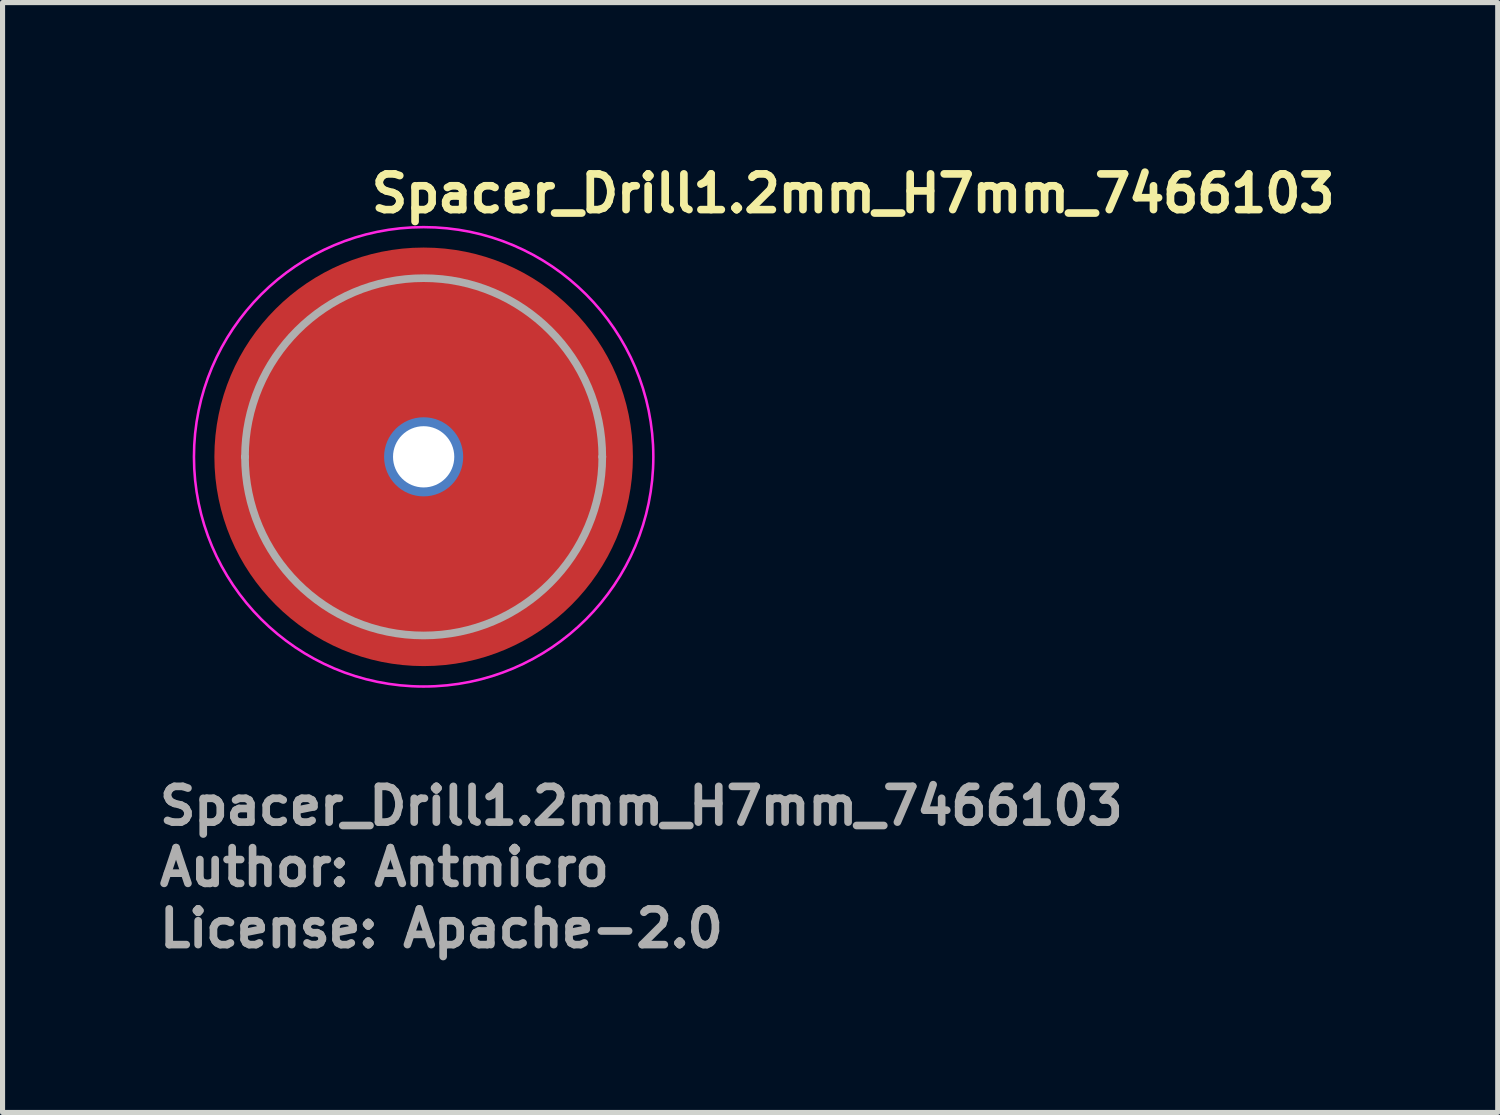
<source format=kicad_pcb>
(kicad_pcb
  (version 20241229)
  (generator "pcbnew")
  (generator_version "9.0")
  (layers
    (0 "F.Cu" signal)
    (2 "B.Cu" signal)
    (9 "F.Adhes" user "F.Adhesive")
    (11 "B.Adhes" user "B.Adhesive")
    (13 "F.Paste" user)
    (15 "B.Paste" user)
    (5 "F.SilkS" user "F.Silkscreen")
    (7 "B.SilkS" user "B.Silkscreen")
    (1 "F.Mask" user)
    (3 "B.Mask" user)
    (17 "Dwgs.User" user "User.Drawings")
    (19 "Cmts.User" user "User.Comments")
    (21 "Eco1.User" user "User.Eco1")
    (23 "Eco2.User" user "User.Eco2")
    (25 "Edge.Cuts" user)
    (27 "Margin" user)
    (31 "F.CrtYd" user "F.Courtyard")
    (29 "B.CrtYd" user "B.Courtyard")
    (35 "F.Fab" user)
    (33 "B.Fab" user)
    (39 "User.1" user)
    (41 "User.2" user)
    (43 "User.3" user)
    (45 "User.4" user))
  (footprint "Spacer_Drill1.2mm_H7mm_7466103"
    (layer "F.Cu")
    (at 5.25 5.9)
    (property "Reference" "Spacer_Drill1.2mm_H7mm_7466103" (at -1.1 -4.75 0) (layer "F.SilkS") (effects (font (size 0.7 0.7) (thickness 0.15)) (justify left bottom)))
    (attr through_hole)
    (fp_circle (center 0 0) (end 0 4.5) (stroke (width 0.05) (type default)) (fill no) (layer "F.CrtYd"))
    (fp_line (start -3.5 0) (end -3.5 0) (stroke (width 0.15) (type solid)) (layer "F.Fab"))
    (fp_line (start 3.5 0) (end 3.5 0) (stroke (width 0.15) (type solid)) (layer "F.Fab"))
    (fp_arc (start -3.5 0) (mid 0 -3.5) (end 3.5 0) (stroke (width 0.15) (type solid)) (layer "F.Fab"))
    (fp_arc (start 3.5 0) (mid 0 3.5) (end -3.5 0) (stroke (width 0.15) (type solid)) (layer "F.Fab"))
    (fp_circle (center 0 0) (end 4 2) (stroke (width 0.1) (type default)) (fill no) (layer "User.5"))
    (fp_line (start -3.5 0) (end -3.496 -0.167) (stroke (width 0.02) (type solid)) (layer "User.9"))
    (fp_line (start -3.496 -0.167) (end -3.484 -0.333) (stroke (width 0.02) (type solid)) (layer "User.9"))
    (fp_line (start -3.496 0.167) (end -3.5 0) (stroke (width 0.02) (type solid)) (layer "User.9"))
    (fp_line (start -3.484 -0.333) (end -3.464 -0.498) (stroke (width 0.02) (type solid)) (layer "User.9"))
    (fp_line (start -3.484 0.333) (end -3.496 0.167) (stroke (width 0.02) (type solid)) (layer "User.9"))
    (fp_line (start -3.464 -0.498) (end -3.437 -0.662) (stroke (width 0.02) (type solid)) (layer "User.9"))
    (fp_line (start -3.464 0.498) (end -3.484 0.333) (stroke (width 0.02) (type solid)) (layer "User.9"))
    (fp_line (start -3.437 -0.662) (end -3.401 -0.825) (stroke (width 0.02) (type solid)) (layer "User.9"))
    (fp_line (start -3.437 0.662) (end -3.464 0.498) (stroke (width 0.02) (type solid)) (layer "User.9"))
    (fp_line (start -3.401 -0.825) (end -3.358 -0.986) (stroke (width 0.02) (type solid)) (layer "User.9"))
    (fp_line (start -3.401 0.825) (end -3.437 0.662) (stroke (width 0.02) (type solid)) (layer "User.9"))
    (fp_line (start -3.358 -0.986) (end -3.308 -1.145) (stroke (width 0.02) (type solid)) (layer "User.9"))
    (fp_line (start -3.358 0.986) (end -3.401 0.825) (stroke (width 0.02) (type solid)) (layer "User.9"))
    (fp_line (start -3.308 -1.145) (end -3.249 -1.301) (stroke (width 0.02) (type solid)) (layer "User.9"))
    (fp_line (start -3.308 1.145) (end -3.358 0.986) (stroke (width 0.02) (type solid)) (layer "User.9"))
    (fp_line (start -3.249 -1.301) (end -3.184 -1.454) (stroke (width 0.02) (type solid)) (layer "User.9"))
    (fp_line (start -3.249 1.301) (end -3.308 1.145) (stroke (width 0.02) (type solid)) (layer "User.9"))
    (fp_line (start -3.184 -1.454) (end -3.111 -1.604) (stroke (width 0.02) (type solid)) (layer "User.9"))
    (fp_line (start -3.184 1.454) (end -3.249 1.301) (stroke (width 0.02) (type solid)) (layer "User.9"))
    (fp_line (start -3.111 -1.604) (end -3.031 -1.75) (stroke (width 0.02) (type solid)) (layer "User.9"))
    (fp_line (start -3.111 1.604) (end -3.184 1.454) (stroke (width 0.02) (type solid)) (layer "User.9"))
    (fp_line (start -3.031 -1.75) (end -2.944 -1.892) (stroke (width 0.02) (type solid)) (layer "User.9"))
    (fp_line (start -3.031 1.75) (end -3.111 1.604) (stroke (width 0.02) (type solid)) (layer "User.9"))
    (fp_line (start -2.944 -1.892) (end -2.851 -2.03) (stroke (width 0.02) (type solid)) (layer "User.9"))
    (fp_line (start -2.944 1.892) (end -3.031 1.75) (stroke (width 0.02) (type solid)) (layer "User.9"))
    (fp_line (start -2.851 -2.03) (end -2.751 -2.164) (stroke (width 0.02) (type solid)) (layer "User.9"))
    (fp_line (start -2.851 2.03) (end -2.944 1.892) (stroke (width 0.02) (type solid)) (layer "User.9"))
    (fp_line (start -2.751 -2.164) (end -2.645 -2.292) (stroke (width 0.02) (type solid)) (layer "User.9"))
    (fp_line (start -2.751 2.164) (end -2.851 2.03) (stroke (width 0.02) (type solid)) (layer "User.9"))
    (fp_line (start -2.645 -2.292) (end -2.533 -2.415) (stroke (width 0.02) (type solid)) (layer "User.9"))
    (fp_line (start -2.645 2.292) (end -2.751 2.164) (stroke (width 0.02) (type solid)) (layer "User.9"))
    (fp_line (start -2.533 -2.415) (end -2.415 -2.533) (stroke (width 0.02) (type solid)) (layer "User.9"))
    (fp_line (start -2.533 2.415) (end -2.645 2.292) (stroke (width 0.02) (type solid)) (layer "User.9"))
    (fp_line (start -2.415 -2.533) (end -2.292 -2.645) (stroke (width 0.02) (type solid)) (layer "User.9"))
    (fp_line (start -2.415 2.533) (end -2.533 2.415) (stroke (width 0.02) (type solid)) (layer "User.9"))
    (fp_line (start -2.292 -2.645) (end -2.164 -2.751) (stroke (width 0.02) (type solid)) (layer "User.9"))
    (fp_line (start -2.292 2.645) (end -2.415 2.533) (stroke (width 0.02) (type solid)) (layer "User.9"))
    (fp_line (start -2.164 -2.751) (end -2.03 -2.851) (stroke (width 0.02) (type solid)) (layer "User.9"))
    (fp_line (start -2.164 2.751) (end -2.292 2.645) (stroke (width 0.02) (type solid)) (layer "User.9"))
    (fp_line (start -2.03 -2.851) (end -1.892 -2.944) (stroke (width 0.02) (type solid)) (layer "User.9"))
    (fp_line (start -2.03 2.851) (end -2.164 2.751) (stroke (width 0.02) (type solid)) (layer "User.9"))
    (fp_line (start -1.892 -2.944) (end -1.75 -3.031) (stroke (width 0.02) (type solid)) (layer "User.9"))
    (fp_line (start -1.892 2.944) (end -2.03 2.851) (stroke (width 0.02) (type solid)) (layer "User.9"))
    (fp_line (start -1.75 -3.031) (end -1.604 -3.111) (stroke (width 0.02) (type solid)) (layer "User.9"))
    (fp_line (start -1.75 3.031) (end -1.892 2.944) (stroke (width 0.02) (type solid)) (layer "User.9"))
    (fp_line (start -1.604 -3.111) (end -1.454 -3.184) (stroke (width 0.02) (type solid)) (layer "User.9"))
    (fp_line (start -1.604 3.111) (end -1.75 3.031) (stroke (width 0.02) (type solid)) (layer "User.9"))
    (fp_line (start -1.454 -3.184) (end -1.301 -3.249) (stroke (width 0.02) (type solid)) (layer "User.9"))
    (fp_line (start -1.454 3.184) (end -1.604 3.111) (stroke (width 0.02) (type solid)) (layer "User.9"))
    (fp_line (start -1.301 -3.249) (end -1.145 -3.308) (stroke (width 0.02) (type solid)) (layer "User.9"))
    (fp_line (start -1.301 3.249) (end -1.454 3.184) (stroke (width 0.02) (type solid)) (layer "User.9"))
    (fp_line (start -1.145 -3.308) (end -0.986 -3.358) (stroke (width 0.02) (type solid)) (layer "User.9"))
    (fp_line (start -1.145 3.308) (end -1.301 3.249) (stroke (width 0.02) (type solid)) (layer "User.9"))
    (fp_line (start -0.986 -3.358) (end -0.825 -3.401) (stroke (width 0.02) (type solid)) (layer "User.9"))
    (fp_line (start -0.986 3.358) (end -1.145 3.308) (stroke (width 0.02) (type solid)) (layer "User.9"))
    (fp_line (start -0.825 -3.401) (end -0.662 -3.437) (stroke (width 0.02) (type solid)) (layer "User.9"))
    (fp_line (start -0.825 3.401) (end -0.986 3.358) (stroke (width 0.02) (type solid)) (layer "User.9"))
    (fp_line (start -0.662 -3.437) (end -0.498 -3.464) (stroke (width 0.02) (type solid)) (layer "User.9"))
    (fp_line (start -0.662 3.437) (end -0.825 3.401) (stroke (width 0.02) (type solid)) (layer "User.9"))
    (fp_line (start -0.5 0) (end -0.496 -0.063) (stroke (width 0.02) (type solid)) (layer "User.9"))
    (fp_line (start -0.498 -3.464) (end -0.333 -3.484) (stroke (width 0.02) (type solid)) (layer "User.9"))
    (fp_line (start -0.498 3.464) (end -0.662 3.437) (stroke (width 0.02) (type solid)) (layer "User.9"))
    (fp_line (start -0.496 -0.063) (end -0.484 -0.124) (stroke (width 0.02) (type solid)) (layer "User.9"))
    (fp_line (start -0.496 0.063) (end -0.5 0) (stroke (width 0.02) (type solid)) (layer "User.9"))
    (fp_line (start -0.484 -0.124) (end -0.465 -0.184) (stroke (width 0.02) (type solid)) (layer "User.9"))
    (fp_line (start -0.484 0.124) (end -0.496 0.063) (stroke (width 0.02) (type solid)) (layer "User.9"))
    (fp_line (start -0.465 -0.184) (end -0.438 -0.241) (stroke (width 0.02) (type solid)) (layer "User.9"))
    (fp_line (start -0.465 0.184) (end -0.484 0.124) (stroke (width 0.02) (type solid)) (layer "User.9"))
    (fp_line (start -0.438 -0.241) (end -0.405 -0.294) (stroke (width 0.02) (type solid)) (layer "User.9"))
    (fp_line (start -0.438 0.241) (end -0.465 0.184) (stroke (width 0.02) (type solid)) (layer "User.9"))
    (fp_line (start -0.405 -0.294) (end -0.364 -0.342) (stroke (width 0.02) (type solid)) (layer "User.9"))
    (fp_line (start -0.405 0.294) (end -0.438 0.241) (stroke (width 0.02) (type solid)) (layer "User.9"))
    (fp_line (start -0.364 -0.342) (end -0.319 -0.385) (stroke (width 0.02) (type solid)) (layer "User.9"))
    (fp_line (start -0.364 0.342) (end -0.405 0.294) (stroke (width 0.02) (type solid)) (layer "User.9"))
    (fp_line (start -0.333 -3.484) (end -0.167 -3.496) (stroke (width 0.02) (type solid)) (layer "User.9"))
    (fp_line (start -0.333 3.484) (end -0.498 3.464) (stroke (width 0.02) (type solid)) (layer "User.9"))
    (fp_line (start -0.319 -0.385) (end -0.268 -0.422) (stroke (width 0.02) (type solid)) (layer "User.9"))
    (fp_line (start -0.319 0.385) (end -0.364 0.342) (stroke (width 0.02) (type solid)) (layer "User.9"))
    (fp_line (start -0.268 -0.422) (end -0.213 -0.452) (stroke (width 0.02) (type solid)) (layer "User.9"))
    (fp_line (start -0.268 0.422) (end -0.319 0.385) (stroke (width 0.02) (type solid)) (layer "User.9"))
    (fp_line (start -0.213 -0.452) (end -0.155 -0.476) (stroke (width 0.02) (type solid)) (layer "User.9"))
    (fp_line (start -0.213 0.452) (end -0.268 0.422) (stroke (width 0.02) (type solid)) (layer "User.9"))
    (fp_line (start -0.167 -3.496) (end 0 -3.5) (stroke (width 0.02) (type solid)) (layer "User.9"))
    (fp_line (start -0.167 3.496) (end -0.333 3.484) (stroke (width 0.02) (type solid)) (layer "User.9"))
    (fp_line (start -0.155 -0.476) (end -0.094 -0.491) (stroke (width 0.02) (type solid)) (layer "User.9"))
    (fp_line (start -0.155 0.476) (end -0.213 0.452) (stroke (width 0.02) (type solid)) (layer "User.9"))
    (fp_line (start -0.094 -0.491) (end -0.031 -0.499) (stroke (width 0.02) (type solid)) (layer "User.9"))
    (fp_line (start -0.094 0.491) (end -0.155 0.476) (stroke (width 0.02) (type solid)) (layer "User.9"))
    (fp_line (start -0.031 -0.499) (end 0.031 -0.499) (stroke (width 0.02) (type solid)) (layer "User.9"))
    (fp_line (start -0.031 0.499) (end -0.094 0.491) (stroke (width 0.02) (type solid)) (layer "User.9"))
    (fp_line (start 0 -3.5) (end 0.167 -3.496) (stroke (width 0.02) (type solid)) (layer "User.9"))
    (fp_line (start 0 3.5) (end -0.167 3.496) (stroke (width 0.02) (type solid)) (layer "User.9"))
    (fp_line (start 0.031 -0.499) (end 0.094 -0.491) (stroke (width 0.02) (type solid)) (layer "User.9"))
    (fp_line (start 0.031 0.499) (end -0.031 0.499) (stroke (width 0.02) (type solid)) (layer "User.9"))
    (fp_line (start 0.094 -0.491) (end 0.155 -0.476) (stroke (width 0.02) (type solid)) (layer "User.9"))
    (fp_line (start 0.094 0.491) (end 0.031 0.499) (stroke (width 0.02) (type solid)) (layer "User.9"))
    (fp_line (start 0.155 -0.476) (end 0.213 -0.452) (stroke (width 0.02) (type solid)) (layer "User.9"))
    (fp_line (start 0.155 0.476) (end 0.094 0.491) (stroke (width 0.02) (type solid)) (layer "User.9"))
    (fp_line (start 0.167 -3.496) (end 0.333 -3.484) (stroke (width 0.02) (type solid)) (layer "User.9"))
    (fp_line (start 0.167 3.496) (end 0 3.5) (stroke (width 0.02) (type solid)) (layer "User.9"))
    (fp_line (start 0.213 -0.452) (end 0.268 -0.422) (stroke (width 0.02) (type solid)) (layer "User.9"))
    (fp_line (start 0.213 0.452) (end 0.155 0.476) (stroke (width 0.02) (type solid)) (layer "User.9"))
    (fp_line (start 0.268 -0.422) (end 0.319 -0.385) (stroke (width 0.02) (type solid)) (layer "User.9"))
    (fp_line (start 0.268 0.422) (end 0.213 0.452) (stroke (width 0.02) (type solid)) (layer "User.9"))
    (fp_line (start 0.319 -0.385) (end 0.364 -0.342) (stroke (width 0.02) (type solid)) (layer "User.9"))
    (fp_line (start 0.319 0.385) (end 0.268 0.422) (stroke (width 0.02) (type solid)) (layer "User.9"))
    (fp_line (start 0.333 -3.484) (end 0.498 -3.464) (stroke (width 0.02) (type solid)) (layer "User.9"))
    (fp_line (start 0.333 3.484) (end 0.167 3.496) (stroke (width 0.02) (type solid)) (layer "User.9"))
    (fp_line (start 0.364 -0.342) (end 0.405 -0.294) (stroke (width 0.02) (type solid)) (layer "User.9"))
    (fp_line (start 0.364 0.342) (end 0.319 0.385) (stroke (width 0.02) (type solid)) (layer "User.9"))
    (fp_line (start 0.405 -0.294) (end 0.438 -0.241) (stroke (width 0.02) (type solid)) (layer "User.9"))
    (fp_line (start 0.405 0.294) (end 0.364 0.342) (stroke (width 0.02) (type solid)) (layer "User.9"))
    (fp_line (start 0.438 -0.241) (end 0.465 -0.184) (stroke (width 0.02) (type solid)) (layer "User.9"))
    (fp_line (start 0.438 0.241) (end 0.405 0.294) (stroke (width 0.02) (type solid)) (layer "User.9"))
    (fp_line (start 0.465 -0.184) (end 0.484 -0.124) (stroke (width 0.02) (type solid)) (layer "User.9"))
    (fp_line (start 0.465 0.184) (end 0.438 0.241) (stroke (width 0.02) (type solid)) (layer "User.9"))
    (fp_line (start 0.484 -0.124) (end 0.496 -0.063) (stroke (width 0.02) (type solid)) (layer "User.9"))
    (fp_line (start 0.484 0.124) (end 0.465 0.184) (stroke (width 0.02) (type solid)) (layer "User.9"))
    (fp_line (start 0.496 -0.063) (end 0.5 0) (stroke (width 0.02) (type solid)) (layer "User.9"))
    (fp_line (start 0.496 0.063) (end 0.484 0.124) (stroke (width 0.02) (type solid)) (layer "User.9"))
    (fp_line (start 0.498 -3.464) (end 0.662 -3.437) (stroke (width 0.02) (type solid)) (layer "User.9"))
    (fp_line (start 0.498 3.464) (end 0.333 3.484) (stroke (width 0.02) (type solid)) (layer "User.9"))
    (fp_line (start 0.5 0) (end 0.496 0.063) (stroke (width 0.02) (type solid)) (layer "User.9"))
    (fp_line (start 0.662 -3.437) (end 0.825 -3.401) (stroke (width 0.02) (type solid)) (layer "User.9"))
    (fp_line (start 0.662 3.437) (end 0.498 3.464) (stroke (width 0.02) (type solid)) (layer "User.9"))
    (fp_line (start 0.825 -3.401) (end 0.986 -3.358) (stroke (width 0.02) (type solid)) (layer "User.9"))
    (fp_line (start 0.825 3.401) (end 0.662 3.437) (stroke (width 0.02) (type solid)) (layer "User.9"))
    (fp_line (start 0.986 -3.358) (end 1.145 -3.308) (stroke (width 0.02) (type solid)) (layer "User.9"))
    (fp_line (start 0.986 3.358) (end 0.825 3.401) (stroke (width 0.02) (type solid)) (layer "User.9"))
    (fp_line (start 1.145 -3.308) (end 1.301 -3.249) (stroke (width 0.02) (type solid)) (layer "User.9"))
    (fp_line (start 1.145 3.308) (end 0.986 3.358) (stroke (width 0.02) (type solid)) (layer "User.9"))
    (fp_line (start 1.301 -3.249) (end 1.454 -3.184) (stroke (width 0.02) (type solid)) (layer "User.9"))
    (fp_line (start 1.301 3.249) (end 1.145 3.308) (stroke (width 0.02) (type solid)) (layer "User.9"))
    (fp_line (start 1.454 -3.184) (end 1.604 -3.111) (stroke (width 0.02) (type solid)) (layer "User.9"))
    (fp_line (start 1.454 3.184) (end 1.301 3.249) (stroke (width 0.02) (type solid)) (layer "User.9"))
    (fp_line (start 1.604 -3.111) (end 1.75 -3.031) (stroke (width 0.02) (type solid)) (layer "User.9"))
    (fp_line (start 1.604 3.111) (end 1.454 3.184) (stroke (width 0.02) (type solid)) (layer "User.9"))
    (fp_line (start 1.75 -3.031) (end 1.892 -2.944) (stroke (width 0.02) (type solid)) (layer "User.9"))
    (fp_line (start 1.75 3.031) (end 1.604 3.111) (stroke (width 0.02) (type solid)) (layer "User.9"))
    (fp_line (start 1.892 -2.944) (end 2.03 -2.851) (stroke (width 0.02) (type solid)) (layer "User.9"))
    (fp_line (start 1.892 2.944) (end 1.75 3.031) (stroke (width 0.02) (type solid)) (layer "User.9"))
    (fp_line (start 2.03 -2.851) (end 2.164 -2.751) (stroke (width 0.02) (type solid)) (layer "User.9"))
    (fp_line (start 2.03 2.851) (end 1.892 2.944) (stroke (width 0.02) (type solid)) (layer "User.9"))
    (fp_line (start 2.164 -2.751) (end 2.292 -2.645) (stroke (width 0.02) (type solid)) (layer "User.9"))
    (fp_line (start 2.164 2.751) (end 2.03 2.851) (stroke (width 0.02) (type solid)) (layer "User.9"))
    (fp_line (start 2.292 -2.645) (end 2.415 -2.533) (stroke (width 0.02) (type solid)) (layer "User.9"))
    (fp_line (start 2.292 2.645) (end 2.164 2.751) (stroke (width 0.02) (type solid)) (layer "User.9"))
    (fp_line (start 2.415 -2.533) (end 2.533 -2.415) (stroke (width 0.02) (type solid)) (layer "User.9"))
    (fp_line (start 2.415 2.533) (end 2.292 2.645) (stroke (width 0.02) (type solid)) (layer "User.9"))
    (fp_line (start 2.533 -2.415) (end 2.645 -2.292) (stroke (width 0.02) (type solid)) (layer "User.9"))
    (fp_line (start 2.533 2.415) (end 2.415 2.533) (stroke (width 0.02) (type solid)) (layer "User.9"))
    (fp_line (start 2.645 -2.292) (end 2.751 -2.164) (stroke (width 0.02) (type solid)) (layer "User.9"))
    (fp_line (start 2.645 2.292) (end 2.533 2.415) (stroke (width 0.02) (type solid)) (layer "User.9"))
    (fp_line (start 2.751 -2.164) (end 2.851 -2.03) (stroke (width 0.02) (type solid)) (layer "User.9"))
    (fp_line (start 2.751 2.164) (end 2.645 2.292) (stroke (width 0.02) (type solid)) (layer "User.9"))
    (fp_line (start 2.851 -2.03) (end 2.944 -1.892) (stroke (width 0.02) (type solid)) (layer "User.9"))
    (fp_line (start 2.851 2.03) (end 2.751 2.164) (stroke (width 0.02) (type solid)) (layer "User.9"))
    (fp_line (start 2.944 -1.892) (end 3.031 -1.75) (stroke (width 0.02) (type solid)) (layer "User.9"))
    (fp_line (start 2.944 1.892) (end 2.851 2.03) (stroke (width 0.02) (type solid)) (layer "User.9"))
    (fp_line (start 3.031 -1.75) (end 3.111 -1.604) (stroke (width 0.02) (type solid)) (layer "User.9"))
    (fp_line (start 3.031 1.75) (end 2.944 1.892) (stroke (width 0.02) (type solid)) (layer "User.9"))
    (fp_line (start 3.111 -1.604) (end 3.184 -1.454) (stroke (width 0.02) (type solid)) (layer "User.9"))
    (fp_line (start 3.111 1.604) (end 3.031 1.75) (stroke (width 0.02) (type solid)) (layer "User.9"))
    (fp_line (start 3.184 -1.454) (end 3.249 -1.301) (stroke (width 0.02) (type solid)) (layer "User.9"))
    (fp_line (start 3.184 1.454) (end 3.111 1.604) (stroke (width 0.02) (type solid)) (layer "User.9"))
    (fp_line (start 3.249 -1.301) (end 3.308 -1.145) (stroke (width 0.02) (type solid)) (layer "User.9"))
    (fp_line (start 3.249 1.301) (end 3.184 1.454) (stroke (width 0.02) (type solid)) (layer "User.9"))
    (fp_line (start 3.308 -1.145) (end 3.358 -0.986) (stroke (width 0.02) (type solid)) (layer "User.9"))
    (fp_line (start 3.308 1.145) (end 3.249 1.301) (stroke (width 0.02) (type solid)) (layer "User.9"))
    (fp_line (start 3.358 -0.986) (end 3.401 -0.825) (stroke (width 0.02) (type solid)) (layer "User.9"))
    (fp_line (start 3.358 0.986) (end 3.308 1.145) (stroke (width 0.02) (type solid)) (layer "User.9"))
    (fp_line (start 3.401 -0.825) (end 3.437 -0.662) (stroke (width 0.02) (type solid)) (layer "User.9"))
    (fp_line (start 3.401 0.825) (end 3.358 0.986) (stroke (width 0.02) (type solid)) (layer "User.9"))
    (fp_line (start 3.437 -0.662) (end 3.464 -0.498) (stroke (width 0.02) (type solid)) (layer "User.9"))
    (fp_line (start 3.437 0.662) (end 3.401 0.825) (stroke (width 0.02) (type solid)) (layer "User.9"))
    (fp_line (start 3.464 -0.498) (end 3.484 -0.333) (stroke (width 0.02) (type solid)) (layer "User.9"))
    (fp_line (start 3.464 0.498) (end 3.437 0.662) (stroke (width 0.02) (type solid)) (layer "User.9"))
    (fp_line (start 3.484 -0.333) (end 3.496 -0.167) (stroke (width 0.02) (type solid)) (layer "User.9"))
    (fp_line (start 3.484 0.333) (end 3.464 0.498) (stroke (width 0.02) (type solid)) (layer "User.9"))
    (fp_line (start 3.496 -0.167) (end 3.5 0) (stroke (width 0.02) (type solid)) (layer "User.9"))
    (fp_line (start 3.496 0.167) (end 3.484 0.333) (stroke (width 0.02) (type solid)) (layer "User.9"))
    (fp_line (start 3.5 0) (end 3.496 0.167) (stroke (width 0.02) (type solid)) (layer "User.9"))
    (fp_text user "Author: Antmicro" (at -5.25 8.45 0) (layer "F.Fab") (effects (font (size 0.7 0.7) (thickness 0.15)) (justify left bottom)))
    (fp_text user "${REFERENCE}" (at -5.25 7.25 0) (layer "F.Fab") (effects (font (size 0.7 0.7) (thickness 0.15)) (justify left bottom)))
    (fp_text user "License: Apache-2.0" (at -5.25 9.65 0) (layer "F.Fab") (effects (font (size 0.7 0.7) (thickness 0.15)) (justify left bottom)))
    (pad "1" thru_hole circle (at 0 0) (size 1.55 1.55) (drill 1.2) (layers "*.Cu" "*.Mask"))
    (pad "1" smd circle (at 0 0) (size 8.2 8.2) (layers "F.Cu" "F.Mask" "F.Paste")))
  (gr_rect
    (start -3 -3)
    (end 26.293 18.745)
    (stroke (width 0.1) (type default))
    (fill no)
    (layer "Edge.Cuts")))
</source>
